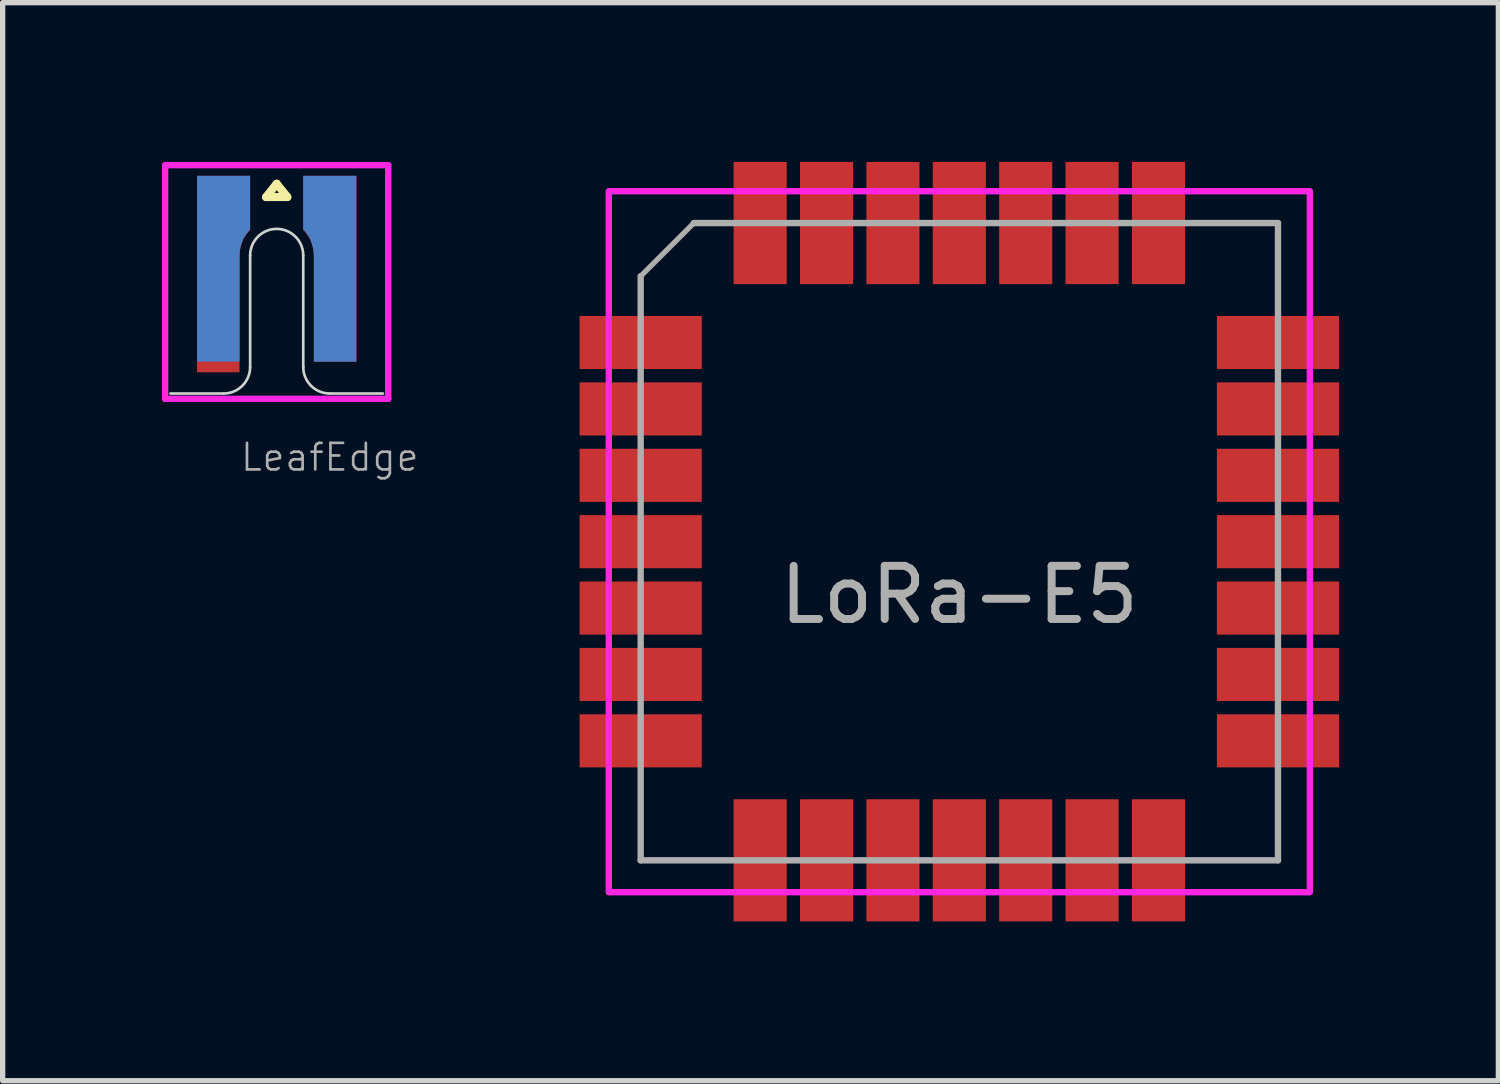
<source format=kicad_pcb>
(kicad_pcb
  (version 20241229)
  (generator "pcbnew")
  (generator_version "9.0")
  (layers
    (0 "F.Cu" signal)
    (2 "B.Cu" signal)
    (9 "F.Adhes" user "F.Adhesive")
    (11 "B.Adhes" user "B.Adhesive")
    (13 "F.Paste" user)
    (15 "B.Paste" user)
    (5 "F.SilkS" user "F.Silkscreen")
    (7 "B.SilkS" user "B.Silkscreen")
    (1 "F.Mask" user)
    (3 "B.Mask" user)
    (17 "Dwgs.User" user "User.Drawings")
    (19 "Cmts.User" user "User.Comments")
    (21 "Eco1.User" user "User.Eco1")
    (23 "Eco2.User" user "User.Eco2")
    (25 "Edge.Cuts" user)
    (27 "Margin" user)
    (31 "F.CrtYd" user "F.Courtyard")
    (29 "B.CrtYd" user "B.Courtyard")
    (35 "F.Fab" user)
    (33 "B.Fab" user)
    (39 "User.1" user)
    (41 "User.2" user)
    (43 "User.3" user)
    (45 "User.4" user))
  (footprint "LeafEdge"
    (layer "F.Cu")
    (at 3.16 4.36)
    (property "Reference" "LeafEdge" (at 0 1.2 0) (unlocked yes) (layer "F.Fab") (effects (font (size 0.5 0.5) (thickness 0.05))))
    (attr through_hole)
    (fp_line (start -1.2 -3.7) (end -1 -3.95) (stroke (width 0.153) (type solid)) (layer "F.SilkS"))
    (fp_line (start -1.2 -3.7) (end -0.8 -3.7) (stroke (width 0.153) (type solid)) (layer "F.SilkS"))
    (fp_line (start -1 -3.95) (end -0.8 -3.7) (stroke (width 0.153) (type solid)) (layer "F.SilkS"))
    (fp_line (start -3 0) (end -2 0) (stroke (width 0.05) (type solid)) (layer "Edge.Cuts"))
    (fp_line (start -1.5 -2.6) (end -1.5 -0.5) (stroke (width 0.05) (type solid)) (layer "Edge.Cuts"))
    (fp_line (start -0.5 -0.5) (end -0.5 -2.6) (stroke (width 0.05) (type solid)) (layer "Edge.Cuts"))
    (fp_line (start 1 0) (end 0 0) (stroke (width 0.05) (type solid)) (layer "Edge.Cuts"))
    (fp_arc (start -1.5 -2.6) (mid -1 -3.1) (end -0.5 -2.6) (stroke (width 0.05) (type solid)) (layer "Edge.Cuts"))
    (fp_arc (start -1.5 -0.5) (mid -1.646447 -0.146447) (end -2 0) (stroke (width 0.05) (type solid)) (layer "Edge.Cuts"))
    (fp_arc (start 0 0) (mid -0.353553 -0.146447) (end -0.5 -0.5) (stroke (width 0.05) (type solid)) (layer "Edge.Cuts"))
    (fp_line (start -3.1 -4.3) (end 1.1 -4.3) (stroke (width 0.12) (type solid)) (layer "F.CrtYd"))
    (fp_line (start -3.1 0.1) (end -3.1 -4.3) (stroke (width 0.12) (type solid)) (layer "F.CrtYd"))
    (fp_line (start 1.1 -4.3) (end 1.1 0.1) (stroke (width 0.12) (type solid)) (layer "F.CrtYd"))
    (fp_line (start 1.1 0.1) (end -3.1 0.1) (stroke (width 0.12) (type solid)) (layer "F.CrtYd"))
    (pad "1" smd custom (at -2 -3.6) (size 1 1) (layers "F.Cu" "F.Mask") (options (anchor rect)) (primitives (gr_poly (pts (xy 0.3 1) (xy 0.31 0.89) (xy 0.33 0.81) (xy 0.35 0.75) (xy 0.37 0.7) (xy 0.4 0.65) (xy 0.44 0.59) (xy 0.48 0.54) (xy 0.5 0.52) (xy 0.5 -0.5) (xy -0.5 -0.5) (xy -0.5 3.2) (xy 0.3 3.2)) (width 0) (fill yes))))
    (pad "2" smd custom (at 0 -3.6) (size 1 1) (layers "F.Cu" "F.Mask") (options (anchor rect)) (primitives (gr_poly (pts (xy -0.3 1) (xy -0.31 0.89) (xy -0.33 0.81) (xy -0.35 0.75) (xy -0.37 0.7) (xy -0.4 0.65) (xy -0.44 0.59) (xy -0.48 0.54) (xy -0.5 0.52) (xy -0.5 -0.5) (xy 0.5 -0.5) (xy 0.5 3) (xy -0.3 3)) (width 0) (fill yes))))
    (pad "3" smd custom (at -2 -2.1) (size 0.4 0.4) (layers "B.Cu" "B.Mask") (options (anchor rect)) (primitives (gr_poly (pts (xy 0.3 -0.51) (xy 0.31 -0.62) (xy 0.33 -0.7) (xy 0.35 -0.76) (xy 0.37 -0.81) (xy 0.4 -0.86) (xy 0.44 -0.92) (xy 0.48 -0.97) (xy 0.5 -0.99) (xy 0.5 -2) (xy -0.5 -2) (xy -0.5 1.5) (xy 0.3 1.5)) (width 0) (fill yes))))
    (pad "4" smd custom (at 0 -2.1) (size 0.4 0.4) (layers "B.Cu" "B.Mask") (options (anchor rect)) (primitives (gr_poly (pts (xy -0.3 -0.51) (xy -0.31 -0.62) (xy -0.33 -0.7) (xy -0.35 -0.76) (xy -0.37 -0.81) (xy -0.4 -0.86) (xy -0.44 -0.92) (xy -0.48 -0.97) (xy -0.5 -0.99) (xy -0.5 -2) (xy 0.5 -2) (xy 0.5 1.5) (xy -0.3 1.5)) (width 0) (fill yes)))))
  (footprint "LoRa-E5"
    (layer "F.Cu")
    (at 15.014 7.15)
    (property "Reference" "LoRa-E5" (at 0 1 0) (layer "F.Fab") (effects (font (size 1 1) (thickness 0.15))))
    (attr through_hole)
    (fp_rect (start -6.6 -6.6) (end 6.6 6.6) (stroke (width 0.12) (type default)) (fill no) (layer "F.CrtYd"))
    (fp_line (start -6 -5) (end -5 -6) (stroke (width 0.1) (type solid)) (layer "F.Fab"))
    (fp_line (start -6 6) (end -6 -5) (stroke (width 0.12) (type solid)) (layer "F.Fab"))
    (fp_line (start -5 -6) (end 6 -6) (stroke (width 0.12) (type solid)) (layer "F.Fab"))
    (fp_line (start 6 -6) (end 6 6) (stroke (width 0.12) (type solid)) (layer "F.Fab"))
    (fp_line (start 6 6) (end -6 6) (stroke (width 0.12) (type solid)) (layer "F.Fab"))
    (pad "1" smd rect (at -6 -3.75 90) (size 1 2.3) (layers "F.Cu" "F.Mask" "F.Paste"))
    (pad "2" smd rect (at -6 -2.5 90) (size 1 2.3) (layers "F.Cu" "F.Mask" "F.Paste"))
    (pad "3" smd rect (at -6 -1.25 90) (size 1 2.3) (layers "F.Cu" "F.Mask" "F.Paste"))
    (pad "4" smd rect (at -6 0 90) (size 1 2.3) (layers "F.Cu" "F.Mask" "F.Paste"))
    (pad "5" smd rect (at -6 1.25 90) (size 1 2.3) (layers "F.Cu" "F.Mask" "F.Paste"))
    (pad "6" smd rect (at -6 2.5 90) (size 1 2.3) (layers "F.Cu" "F.Mask" "F.Paste"))
    (pad "7" smd rect (at -6 3.75 90) (size 1 2.3) (layers "F.Cu" "F.Mask" "F.Paste"))
    (pad "8" smd rect (at -3.75 6 180) (size 1 2.3) (layers "F.Cu" "F.Mask" "F.Paste"))
    (pad "9" smd rect (at -2.5 6 180) (size 1 2.3) (layers "F.Cu" "F.Mask" "F.Paste"))
    (pad "10" smd rect (at -1.25 6 180) (size 1 2.3) (layers "F.Cu" "F.Mask" "F.Paste"))
    (pad "11" smd rect (at 0 6 180) (size 1 2.3) (layers "F.Cu" "F.Mask" "F.Paste"))
    (pad "12" smd rect (at 1.25 6 180) (size 1 2.3) (layers "F.Cu" "F.Mask" "F.Paste"))
    (pad "13" smd rect (at 2.5 6 180) (size 1 2.3) (layers "F.Cu" "F.Mask" "F.Paste"))
    (pad "14" smd rect (at 3.75 6 180) (size 1 2.3) (layers "F.Cu" "F.Mask" "F.Paste"))
    (pad "15" smd rect (at 6 3.75 270) (size 1 2.3) (layers "F.Cu" "F.Mask" "F.Paste"))
    (pad "16" smd rect (at 6 2.5 270) (size 1 2.3) (layers "F.Cu" "F.Mask" "F.Paste"))
    (pad "17" smd rect (at 6 1.25 270) (size 1 2.3) (layers "F.Cu" "F.Mask" "F.Paste"))
    (pad "18" smd rect (at 6 0 270) (size 1 2.3) (layers "F.Cu" "F.Mask" "F.Paste"))
    (pad "19" smd rect (at 6 -1.25 270) (size 1 2.3) (layers "F.Cu" "F.Mask" "F.Paste"))
    (pad "20" smd rect (at 6 -2.5 270) (size 1 2.3) (layers "F.Cu" "F.Mask" "F.Paste"))
    (pad "21" smd rect (at 6 -3.75 270) (size 1 2.3) (layers "F.Cu" "F.Mask" "F.Paste"))
    (pad "22" smd rect (at 3.75 -6) (size 1 2.3) (layers "F.Cu" "F.Mask" "F.Paste"))
    (pad "23" smd rect (at 2.5 -6) (size 1 2.3) (layers "F.Cu" "F.Mask" "F.Paste"))
    (pad "24" smd rect (at 1.25 -6) (size 1 2.3) (layers "F.Cu" "F.Mask" "F.Paste"))
    (pad "25" smd rect (at 0 -6) (size 1 2.3) (layers "F.Cu" "F.Mask" "F.Paste"))
    (pad "26" smd rect (at -1.25 -6) (size 1 2.3) (layers "F.Cu" "F.Mask" "F.Paste"))
    (pad "27" smd rect (at -2.5 -6) (size 1 2.3) (layers "F.Cu" "F.Mask" "F.Paste"))
    (pad "28" smd rect (at -3.75 -6) (size 1 2.3) (layers "F.Cu" "F.Mask" "F.Paste")))
  (gr_rect
    (start -3 -3)
    (end 25.164 17.3)
    (stroke (width 0.1) (type default))
    (fill no)
    (layer "Edge.Cuts")))
</source>
